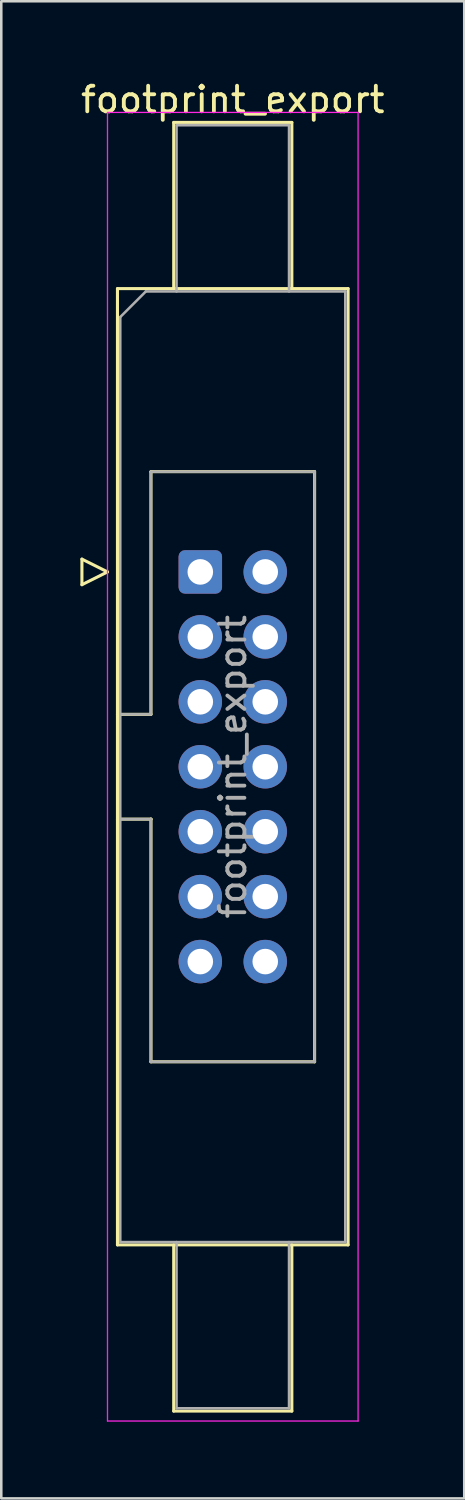
<source format=kicad_pcb>
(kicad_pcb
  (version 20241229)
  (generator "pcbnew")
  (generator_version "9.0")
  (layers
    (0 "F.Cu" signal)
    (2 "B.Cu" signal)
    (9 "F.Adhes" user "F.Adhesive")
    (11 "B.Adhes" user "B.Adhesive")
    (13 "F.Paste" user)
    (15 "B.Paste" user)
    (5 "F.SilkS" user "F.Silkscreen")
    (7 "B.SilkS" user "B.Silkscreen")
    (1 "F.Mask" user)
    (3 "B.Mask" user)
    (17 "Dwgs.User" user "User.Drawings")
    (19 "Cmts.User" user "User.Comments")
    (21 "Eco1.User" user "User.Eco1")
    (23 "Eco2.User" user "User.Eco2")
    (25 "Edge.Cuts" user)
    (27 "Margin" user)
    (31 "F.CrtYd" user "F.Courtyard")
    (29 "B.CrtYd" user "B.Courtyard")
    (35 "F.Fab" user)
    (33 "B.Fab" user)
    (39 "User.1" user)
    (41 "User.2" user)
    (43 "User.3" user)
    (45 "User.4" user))
  (footprint "footprint_export"
    (layer "F.Cu")
    (at 4.784 19.318)
    (property "Reference" "footprint_export" (at 1.27 -18.47 0) (layer "F.SilkS") (effects (font (size 1 1) (thickness 0.15))))
    (attr through_hole)
    (fp_line (start -4.63 -0.5) (end -4.63 0.5) (stroke (width 0.12) (type solid)) (layer "F.SilkS"))
    (fp_line (start -4.63 0.5) (end -3.63 0) (stroke (width 0.12) (type solid)) (layer "F.SilkS"))
    (fp_line (start -3.63 0) (end -4.63 -0.5) (stroke (width 0.12) (type solid)) (layer "F.SilkS"))
    (fp_line (start -3.24 -11.08) (end 5.78 -11.08) (stroke (width 0.12) (type solid)) (layer "F.SilkS"))
    (fp_line (start -3.24 5.57) (end -1.93 5.57) (stroke (width 0.12) (type solid)) (layer "F.SilkS"))
    (fp_line (start -3.24 26.32) (end -3.24 -11.08) (stroke (width 0.12) (type solid)) (layer "F.SilkS"))
    (fp_line (start -1.93 -3.92) (end 4.47 -3.92) (stroke (width 0.12) (type solid)) (layer "F.SilkS"))
    (fp_line (start -1.93 5.57) (end -1.93 -3.92) (stroke (width 0.12) (type solid)) (layer "F.SilkS"))
    (fp_line (start -1.93 9.67) (end -3.24 9.67) (stroke (width 0.12) (type solid)) (layer "F.SilkS"))
    (fp_line (start -1.93 9.67) (end -1.93 9.67) (stroke (width 0.12) (type solid)) (layer "F.SilkS"))
    (fp_line (start -1.93 19.16) (end -1.93 9.67) (stroke (width 0.12) (type solid)) (layer "F.SilkS"))
    (fp_line (start -1.04 -17.58) (end 3.58 -17.58) (stroke (width 0.12) (type solid)) (layer "F.SilkS"))
    (fp_line (start -1.04 -11.08) (end -1.04 -17.58) (stroke (width 0.12) (type solid)) (layer "F.SilkS"))
    (fp_line (start -1.04 26.32) (end -1.04 32.82) (stroke (width 0.12) (type solid)) (layer "F.SilkS"))
    (fp_line (start -1.04 32.82) (end 3.58 32.82) (stroke (width 0.12) (type solid)) (layer "F.SilkS"))
    (fp_line (start 3.58 -17.58) (end 3.58 -11.08) (stroke (width 0.12) (type solid)) (layer "F.SilkS"))
    (fp_line (start 3.58 32.82) (end 3.58 26.32) (stroke (width 0.12) (type solid)) (layer "F.SilkS"))
    (fp_line (start 4.47 -3.92) (end 4.47 19.16) (stroke (width 0.12) (type solid)) (layer "F.SilkS"))
    (fp_line (start 4.47 19.16) (end -1.93 19.16) (stroke (width 0.12) (type solid)) (layer "F.SilkS"))
    (fp_line (start 5.78 -11.08) (end 5.78 26.32) (stroke (width 0.12) (type solid)) (layer "F.SilkS"))
    (fp_line (start 5.78 26.32) (end -3.24 26.32) (stroke (width 0.12) (type solid)) (layer "F.SilkS"))
    (fp_line (start -3.63 -17.97) (end -3.63 33.21) (stroke (width 0.05) (type solid)) (layer "F.CrtYd"))
    (fp_line (start -3.63 33.21) (end 6.17 33.21) (stroke (width 0.05) (type solid)) (layer "F.CrtYd"))
    (fp_line (start 6.17 -17.97) (end -3.63 -17.97) (stroke (width 0.05) (type solid)) (layer "F.CrtYd"))
    (fp_line (start 6.17 33.21) (end 6.17 -17.97) (stroke (width 0.05) (type solid)) (layer "F.CrtYd"))
    (fp_line (start -3.13 -9.97) (end -2.13 -10.97) (stroke (width 0.1) (type solid)) (layer "F.Fab"))
    (fp_line (start -3.13 5.57) (end -1.93 5.57) (stroke (width 0.1) (type solid)) (layer "F.Fab"))
    (fp_line (start -3.13 26.21) (end -3.13 -9.97) (stroke (width 0.1) (type solid)) (layer "F.Fab"))
    (fp_line (start -2.13 -10.97) (end 5.67 -10.97) (stroke (width 0.1) (type solid)) (layer "F.Fab"))
    (fp_line (start -1.93 -3.92) (end 4.47 -3.92) (stroke (width 0.1) (type solid)) (layer "F.Fab"))
    (fp_line (start -1.93 5.57) (end -1.93 -3.92) (stroke (width 0.1) (type solid)) (layer "F.Fab"))
    (fp_line (start -1.93 9.67) (end -3.13 9.67) (stroke (width 0.1) (type solid)) (layer "F.Fab"))
    (fp_line (start -1.93 9.67) (end -1.93 9.67) (stroke (width 0.1) (type solid)) (layer "F.Fab"))
    (fp_line (start -1.93 19.16) (end -1.93 9.67) (stroke (width 0.1) (type solid)) (layer "F.Fab"))
    (fp_line (start -0.93 -17.47) (end 3.47 -17.47) (stroke (width 0.1) (type solid)) (layer "F.Fab"))
    (fp_line (start -0.93 -10.97) (end -0.93 -17.47) (stroke (width 0.1) (type solid)) (layer "F.Fab"))
    (fp_line (start -0.93 26.21) (end -0.93 32.71) (stroke (width 0.1) (type solid)) (layer "F.Fab"))
    (fp_line (start -0.93 32.71) (end 3.47 32.71) (stroke (width 0.1) (type solid)) (layer "F.Fab"))
    (fp_line (start 3.47 -17.47) (end 3.47 -10.97) (stroke (width 0.1) (type solid)) (layer "F.Fab"))
    (fp_line (start 3.47 32.71) (end 3.47 26.21) (stroke (width 0.1) (type solid)) (layer "F.Fab"))
    (fp_line (start 4.47 -3.92) (end 4.47 19.16) (stroke (width 0.1) (type solid)) (layer "F.Fab"))
    (fp_line (start 4.47 19.16) (end -1.93 19.16) (stroke (width 0.1) (type solid)) (layer "F.Fab"))
    (fp_line (start 5.67 -10.97) (end 5.67 26.21) (stroke (width 0.1) (type solid)) (layer "F.Fab"))
    (fp_line (start 5.67 26.21) (end -3.13 26.21) (stroke (width 0.1) (type solid)) (layer "F.Fab"))
    (fp_text user "${REFERENCE}" (at 1.27 7.62 90) (layer "F.Fab") (effects (font (size 1 1) (thickness 0.15))))
    (pad "1" thru_hole roundrect (at 0 0) (size 1.7 1.7) (drill 1) (layers "*.Cu" "*.Mask") (roundrect_rratio 0.147))
    (pad "2" thru_hole circle (at 2.54 0) (size 1.7 1.7) (drill 1) (layers "*.Cu" "*.Mask"))
    (pad "3" thru_hole circle (at 0 2.54) (size 1.7 1.7) (drill 1) (layers "*.Cu" "*.Mask"))
    (pad "4" thru_hole circle (at 2.54 2.54) (size 1.7 1.7) (drill 1) (layers "*.Cu" "*.Mask"))
    (pad "5" thru_hole circle (at 0 5.08) (size 1.7 1.7) (drill 1) (layers "*.Cu" "*.Mask"))
    (pad "6" thru_hole circle (at 2.54 5.08) (size 1.7 1.7) (drill 1) (layers "*.Cu" "*.Mask"))
    (pad "7" thru_hole circle (at 0 7.62) (size 1.7 1.7) (drill 1) (layers "*.Cu" "*.Mask"))
    (pad "8" thru_hole circle (at 2.54 7.62) (size 1.7 1.7) (drill 1) (layers "*.Cu" "*.Mask"))
    (pad "9" thru_hole circle (at 0 10.16) (size 1.7 1.7) (drill 1) (layers "*.Cu" "*.Mask"))
    (pad "10" thru_hole circle (at 2.54 10.16) (size 1.7 1.7) (drill 1) (layers "*.Cu" "*.Mask"))
    (pad "11" thru_hole circle (at 0 12.7) (size 1.7 1.7) (drill 1) (layers "*.Cu" "*.Mask"))
    (pad "12" thru_hole circle (at 2.54 12.7) (size 1.7 1.7) (drill 1) (layers "*.Cu" "*.Mask"))
    (pad "13" thru_hole circle (at 0 15.24) (size 1.7 1.7) (drill 1) (layers "*.Cu" "*.Mask"))
    (pad "14" thru_hole circle (at 2.54 15.24) (size 1.7 1.7) (drill 1) (layers "*.Cu" "*.Mask")))
  (gr_rect
    (start -3 -3)
    (end 15.107 55.553)
    (stroke (width 0.1) (type default))
    (fill no)
    (layer "Edge.Cuts")))
</source>
